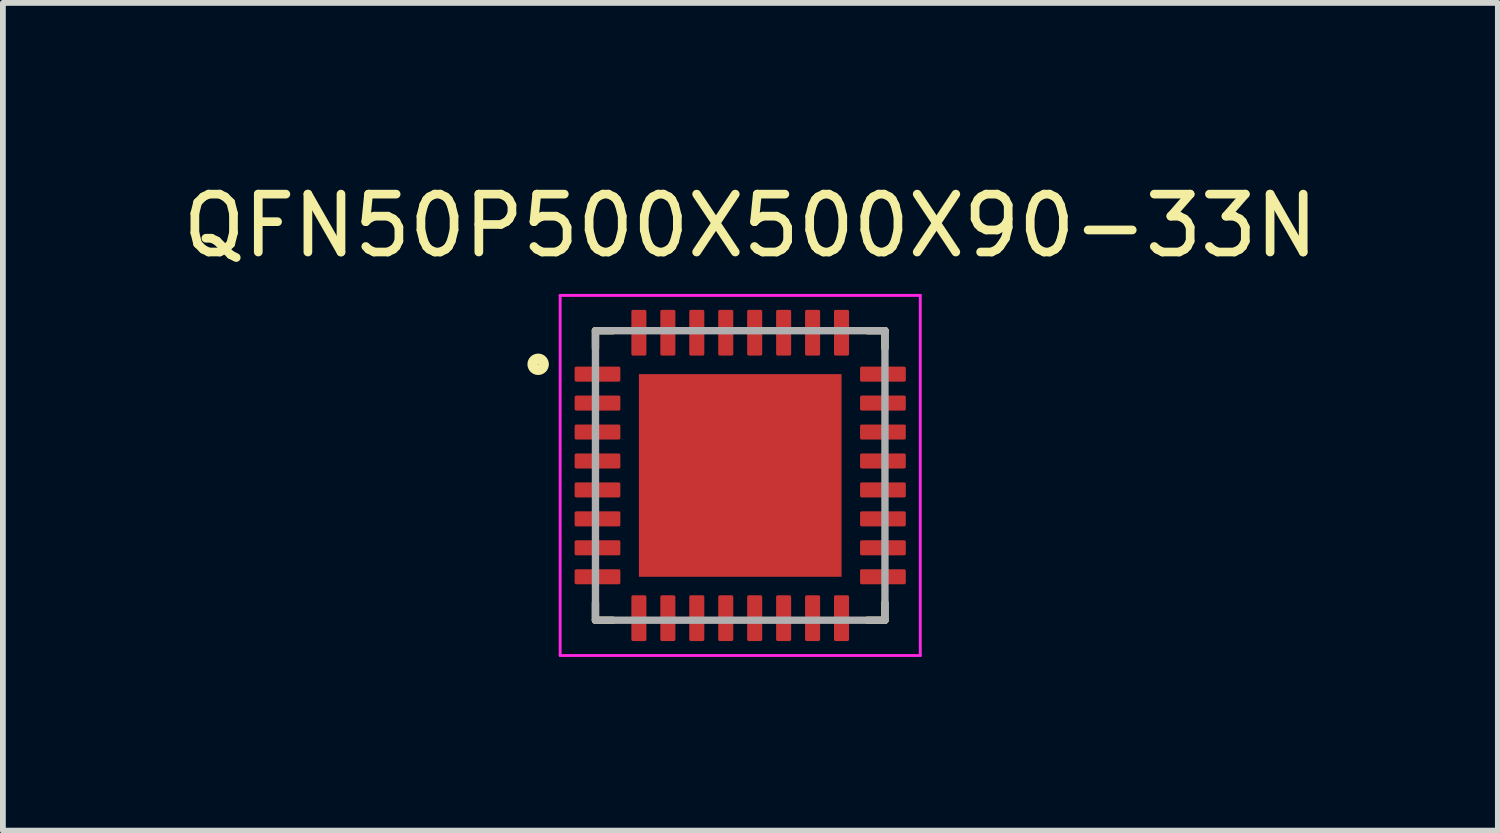
<source format=kicad_pcb>
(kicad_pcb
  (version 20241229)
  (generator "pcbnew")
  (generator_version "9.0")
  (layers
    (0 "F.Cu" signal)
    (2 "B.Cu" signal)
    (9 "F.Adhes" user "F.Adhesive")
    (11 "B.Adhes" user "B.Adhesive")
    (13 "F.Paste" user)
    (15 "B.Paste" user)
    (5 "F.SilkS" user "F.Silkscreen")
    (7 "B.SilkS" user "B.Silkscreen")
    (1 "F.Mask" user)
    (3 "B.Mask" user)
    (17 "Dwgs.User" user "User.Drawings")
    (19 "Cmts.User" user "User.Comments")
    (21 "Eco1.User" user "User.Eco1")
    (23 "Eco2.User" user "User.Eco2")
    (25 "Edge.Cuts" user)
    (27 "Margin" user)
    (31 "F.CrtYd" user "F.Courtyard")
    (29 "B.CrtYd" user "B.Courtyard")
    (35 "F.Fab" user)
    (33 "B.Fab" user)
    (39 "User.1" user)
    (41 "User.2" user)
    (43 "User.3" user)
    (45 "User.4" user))
  (footprint "QFN50P500X500X90-33N"
    (layer "F.Cu")
    (at 9.735 5.162)
    (property "Reference" "QFN50P500X500X90-33N" (at 0.176 -4.314 0) (layer "F.SilkS") (effects (font (size 1 1) (thickness 0.15))))
    (attr smd)
    (fp_line (start -2.5 -2.5) (end -2.5 -2.2) (stroke (width 0.127) (type solid)) (layer "F.SilkS"))
    (fp_line (start -2.5 2.5) (end -2.5 2.2) (stroke (width 0.127) (type solid)) (layer "F.SilkS"))
    (fp_line (start -2.2 -2.5) (end -2.5 -2.5) (stroke (width 0.127) (type solid)) (layer "F.SilkS"))
    (fp_line (start -2.2 2.5) (end -2.5 2.5) (stroke (width 0.127) (type solid)) (layer "F.SilkS"))
    (fp_line (start 2.2 -2.5) (end 2.5 -2.5) (stroke (width 0.127) (type solid)) (layer "F.SilkS"))
    (fp_line (start 2.5 -2.5) (end 2.5 -2.2) (stroke (width 0.127) (type solid)) (layer "F.SilkS"))
    (fp_line (start 2.5 2.2) (end 2.5 2.5) (stroke (width 0.127) (type solid)) (layer "F.SilkS"))
    (fp_line (start 2.5 2.5) (end 2.2 2.5) (stroke (width 0.127) (type solid)) (layer "F.SilkS"))
    (fp_circle (center -3.49 -1.92) (end -3.395 -1.92) (stroke (width 0.18) (type solid)) (fill no) (layer "F.SilkS"))
    (fp_poly (pts (xy -1.41 -1.41) (xy -0.17 -1.41) (xy -0.17 -0.17) (xy -1.41 -0.17)) (stroke (width 0.01) (type solid)) (fill yes) (layer "F.Paste"))
    (fp_poly (pts (xy -0.17 1.41) (xy -1.41 1.41) (xy -1.41 0.17) (xy -0.17 0.17)) (stroke (width 0.01) (type solid)) (fill yes) (layer "F.Paste"))
    (fp_poly (pts (xy 0.17 -1.41) (xy 1.41 -1.41) (xy 1.41 -0.17) (xy 0.17 -0.17)) (stroke (width 0.01) (type solid)) (fill yes) (layer "F.Paste"))
    (fp_poly (pts (xy 1.41 1.41) (xy 0.17 1.41) (xy 0.17 0.17) (xy 1.41 0.17)) (stroke (width 0.01) (type solid)) (fill yes) (layer "F.Paste"))
    (fp_line (start -3.11 -3.11) (end -3.11 3.11) (stroke (width 0.05) (type solid)) (layer "F.CrtYd"))
    (fp_line (start -3.11 3.11) (end 3.11 3.11) (stroke (width 0.05) (type solid)) (layer "F.CrtYd"))
    (fp_line (start 3.11 -3.11) (end -3.11 -3.11) (stroke (width 0.05) (type solid)) (layer "F.CrtYd"))
    (fp_line (start 3.11 3.11) (end 3.11 -3.11) (stroke (width 0.05) (type solid)) (layer "F.CrtYd"))
    (fp_line (start -2.5 -2.5) (end -2.5 2.5) (stroke (width 0.127) (type solid)) (layer "F.Fab"))
    (fp_line (start -2.5 2.5) (end 2.5 2.5) (stroke (width 0.127) (type solid)) (layer "F.Fab"))
    (fp_line (start 2.5 -2.5) (end -2.5 -2.5) (stroke (width 0.127) (type solid)) (layer "F.Fab"))
    (fp_line (start 2.5 2.5) (end 2.5 -2.5) (stroke (width 0.127) (type solid)) (layer "F.Fab"))
    (pad "1" smd roundrect (at -2.465 -1.75) (size 0.79 0.26) (layers "F.Cu" "F.Mask" "F.Paste") (roundrect_rratio 0.105))
    (pad "2" smd roundrect (at -2.465 -1.25) (size 0.79 0.26) (layers "F.Cu" "F.Mask" "F.Paste") (roundrect_rratio 0.105))
    (pad "3" smd roundrect (at -2.465 -0.75) (size 0.79 0.26) (layers "F.Cu" "F.Mask" "F.Paste") (roundrect_rratio 0.105))
    (pad "4" smd roundrect (at -2.465 -0.25) (size 0.79 0.26) (layers "F.Cu" "F.Mask" "F.Paste") (roundrect_rratio 0.105))
    (pad "5" smd roundrect (at -2.465 0.25) (size 0.79 0.26) (layers "F.Cu" "F.Mask" "F.Paste") (roundrect_rratio 0.105))
    (pad "6" smd roundrect (at -2.465 0.75) (size 0.79 0.26) (layers "F.Cu" "F.Mask" "F.Paste") (roundrect_rratio 0.105))
    (pad "7" smd roundrect (at -2.465 1.25) (size 0.79 0.26) (layers "F.Cu" "F.Mask" "F.Paste") (roundrect_rratio 0.105))
    (pad "8" smd roundrect (at -2.465 1.75) (size 0.79 0.26) (layers "F.Cu" "F.Mask" "F.Paste") (roundrect_rratio 0.105))
    (pad "9" smd roundrect (at -1.75 2.465) (size 0.26 0.79) (layers "F.Cu" "F.Mask" "F.Paste") (roundrect_rratio 0.105))
    (pad "10" smd roundrect (at -1.25 2.465) (size 0.26 0.79) (layers "F.Cu" "F.Mask" "F.Paste") (roundrect_rratio 0.105))
    (pad "11" smd roundrect (at -0.75 2.465) (size 0.26 0.79) (layers "F.Cu" "F.Mask" "F.Paste") (roundrect_rratio 0.105))
    (pad "12" smd roundrect (at -0.25 2.465) (size 0.26 0.79) (layers "F.Cu" "F.Mask" "F.Paste") (roundrect_rratio 0.105))
    (pad "13" smd roundrect (at 0.25 2.465) (size 0.26 0.79) (layers "F.Cu" "F.Mask" "F.Paste") (roundrect_rratio 0.105))
    (pad "14" smd roundrect (at 0.75 2.465) (size 0.26 0.79) (layers "F.Cu" "F.Mask" "F.Paste") (roundrect_rratio 0.105))
    (pad "15" smd roundrect (at 1.25 2.465) (size 0.26 0.79) (layers "F.Cu" "F.Mask" "F.Paste") (roundrect_rratio 0.105))
    (pad "16" smd roundrect (at 1.75 2.465) (size 0.26 0.79) (layers "F.Cu" "F.Mask" "F.Paste") (roundrect_rratio 0.105))
    (pad "17" smd roundrect (at 2.465 1.75) (size 0.79 0.26) (layers "F.Cu" "F.Mask" "F.Paste") (roundrect_rratio 0.105))
    (pad "18" smd roundrect (at 2.465 1.25) (size 0.79 0.26) (layers "F.Cu" "F.Mask" "F.Paste") (roundrect_rratio 0.105))
    (pad "19" smd roundrect (at 2.465 0.75) (size 0.79 0.26) (layers "F.Cu" "F.Mask" "F.Paste") (roundrect_rratio 0.105))
    (pad "20" smd roundrect (at 2.465 0.25) (size 0.79 0.26) (layers "F.Cu" "F.Mask" "F.Paste") (roundrect_rratio 0.105))
    (pad "21" smd roundrect (at 2.465 -0.25) (size 0.79 0.26) (layers "F.Cu" "F.Mask" "F.Paste") (roundrect_rratio 0.105))
    (pad "22" smd roundrect (at 2.465 -0.75) (size 0.79 0.26) (layers "F.Cu" "F.Mask" "F.Paste") (roundrect_rratio 0.105))
    (pad "23" smd roundrect (at 2.465 -1.25) (size 0.79 0.26) (layers "F.Cu" "F.Mask" "F.Paste") (roundrect_rratio 0.105))
    (pad "24" smd roundrect (at 2.465 -1.75) (size 0.79 0.26) (layers "F.Cu" "F.Mask" "F.Paste") (roundrect_rratio 0.105))
    (pad "25" smd roundrect (at 1.75 -2.465) (size 0.26 0.79) (layers "F.Cu" "F.Mask" "F.Paste") (roundrect_rratio 0.105))
    (pad "26" smd roundrect (at 1.25 -2.465) (size 0.26 0.79) (layers "F.Cu" "F.Mask" "F.Paste") (roundrect_rratio 0.105))
    (pad "27" smd roundrect (at 0.75 -2.465) (size 0.26 0.79) (layers "F.Cu" "F.Mask" "F.Paste") (roundrect_rratio 0.105))
    (pad "28" smd roundrect (at 0.25 -2.465) (size 0.26 0.79) (layers "F.Cu" "F.Mask" "F.Paste") (roundrect_rratio 0.105))
    (pad "29" smd roundrect (at -0.25 -2.465) (size 0.26 0.79) (layers "F.Cu" "F.Mask" "F.Paste") (roundrect_rratio 0.105))
    (pad "30" smd roundrect (at -0.75 -2.465) (size 0.26 0.79) (layers "F.Cu" "F.Mask" "F.Paste") (roundrect_rratio 0.105))
    (pad "31" smd roundrect (at -1.25 -2.465) (size 0.26 0.79) (layers "F.Cu" "F.Mask" "F.Paste") (roundrect_rratio 0.105))
    (pad "32" smd roundrect (at -1.75 -2.465) (size 0.26 0.79) (layers "F.Cu" "F.Mask" "F.Paste") (roundrect_rratio 0.105))
    (pad "EP" smd rect (at 0 0) (size 3.5 3.5) (layers "F.Cu" "F.Mask")))
  (gr_rect
    (start -3 -3)
    (end 22.821 11.297)
    (stroke (width 0.1) (type default))
    (fill no)
    (layer "Edge.Cuts")))
</source>
